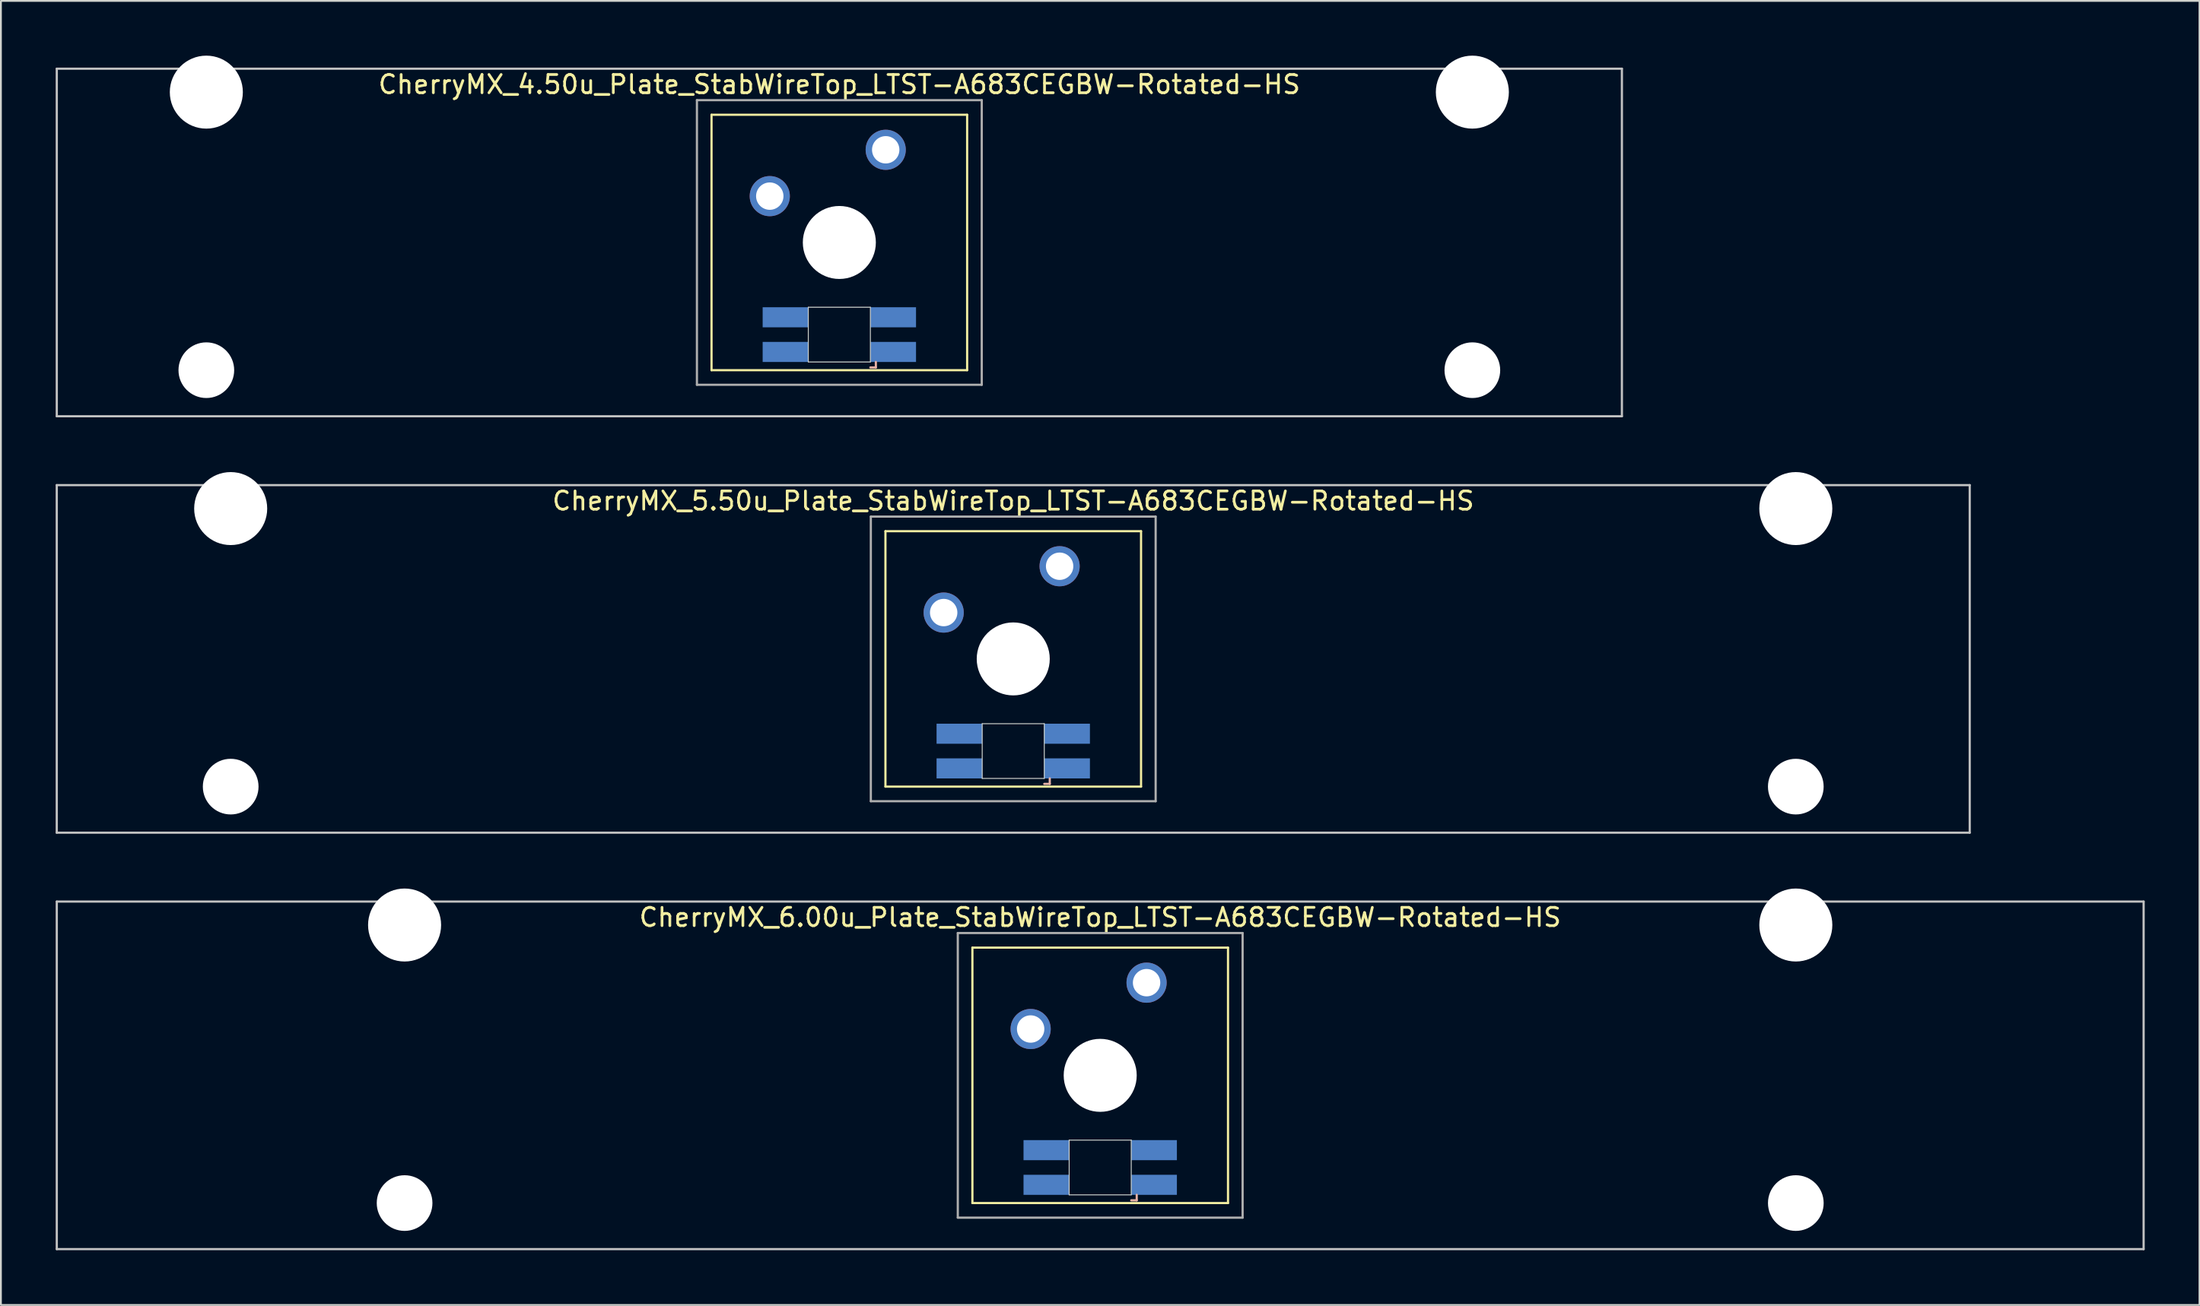
<source format=kicad_pcb>
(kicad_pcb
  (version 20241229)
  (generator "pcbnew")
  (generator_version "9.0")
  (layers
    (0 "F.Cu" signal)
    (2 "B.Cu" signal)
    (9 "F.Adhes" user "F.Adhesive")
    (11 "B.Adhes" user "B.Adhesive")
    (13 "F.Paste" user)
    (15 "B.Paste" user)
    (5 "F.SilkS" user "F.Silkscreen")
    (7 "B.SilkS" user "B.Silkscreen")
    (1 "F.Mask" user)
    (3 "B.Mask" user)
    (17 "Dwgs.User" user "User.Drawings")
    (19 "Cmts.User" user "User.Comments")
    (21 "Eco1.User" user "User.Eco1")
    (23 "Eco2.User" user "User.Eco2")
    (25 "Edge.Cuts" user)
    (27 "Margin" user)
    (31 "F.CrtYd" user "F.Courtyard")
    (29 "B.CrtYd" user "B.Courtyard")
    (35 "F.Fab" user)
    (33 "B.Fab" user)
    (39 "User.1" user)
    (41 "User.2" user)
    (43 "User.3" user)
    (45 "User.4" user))
  (footprint "CherryMX_5.50u_Plate_StabWireTop_LTST-A683CEGBW-Rotated-HS"
    (layer "F.Cu")
    (at 52.447 33.065)
    (property "Reference" "CherryMX_5.50u_Plate_StabWireTop_LTST-A683CEGBW-Rotated-HS" (at 0 -8.662 0) (layer "F.SilkS") (effects (font (size 1 1) (thickness 0.15))))
    (attr through_hole)
    (fp_line (start -7 -7) (end -7 7) (stroke (width 0.12) (type solid)) (layer "F.SilkS"))
    (fp_line (start -7 -7) (end 7 -7) (stroke (width 0.12) (type solid)) (layer "F.SilkS"))
    (fp_line (start 7 -7) (end 7 7) (stroke (width 0.12) (type solid)) (layer "F.SilkS"))
    (fp_line (start 7 7) (end -7 7) (stroke (width 0.12) (type solid)) (layer "F.SilkS"))
    (fp_line (start 1.7 6.85) (end 2 6.85) (stroke (width 0.12) (type solid)) (layer "B.SilkS"))
    (fp_line (start 2 6.85) (end 2 6.55) (stroke (width 0.12) (type solid)) (layer "B.SilkS"))
    (fp_line (start -52.388 -9.525) (end 52.388 -9.525) (stroke (width 0.12) (type solid)) (layer "Dwgs.User"))
    (fp_line (start -52.388 9.525) (end -52.388 -9.525) (stroke (width 0.12) (type solid)) (layer "Dwgs.User"))
    (fp_line (start 52.388 -9.525) (end 52.388 9.525) (stroke (width 0.12) (type solid)) (layer "Dwgs.User"))
    (fp_line (start 52.388 9.525) (end -52.388 9.525) (stroke (width 0.12) (type solid)) (layer "Dwgs.User"))
    (fp_line (start -1.7 3.55) (end 1.7 3.55) (stroke (width 0.05) (type solid)) (layer "Edge.Cuts"))
    (fp_line (start -1.7 6.55) (end -1.7 3.55) (stroke (width 0.05) (type solid)) (layer "Edge.Cuts"))
    (fp_line (start 1.7 3.55) (end 1.7 6.55) (stroke (width 0.05) (type solid)) (layer "Edge.Cuts"))
    (fp_line (start 1.7 6.55) (end -1.7 6.55) (stroke (width 0.05) (type solid)) (layer "Edge.Cuts"))
    (fp_line (start -7.8 -7.8) (end -7.8 7.8) (stroke (width 0.12) (type solid)) (layer "F.Fab"))
    (fp_line (start -7.8 -7.8) (end 7.8 -7.8) (stroke (width 0.12) (type solid)) (layer "F.Fab"))
    (fp_line (start -7.8 7.8) (end 7.8 7.8) (stroke (width 0.12) (type solid)) (layer "F.Fab"))
    (fp_line (start 7.8 -7.8) (end 7.8 7.8) (stroke (width 0.12) (type solid)) (layer "F.Fab"))
    (pad "" np_thru_hole circle (at -42.862 -8.24) (size 4 4) (drill 4) (layers "*.Cu" "*.Mask"))
    (pad "" np_thru_hole circle (at -42.862 7) (size 3.05 3.05) (drill 3.05) (layers "*.Cu" "*.Mask"))
    (pad "" np_thru_hole circle (at 0 0) (size 4 4) (drill 4) (layers "*.Cu" "*.Mask"))
    (pad "" np_thru_hole circle (at 42.862 -8.24) (size 4 4) (drill 4) (layers "*.Cu" "*.Mask"))
    (pad "" np_thru_hole circle (at 42.862 7) (size 3.05 3.05) (drill 3.05) (layers "*.Cu" "*.Mask"))
    (pad "1" thru_hole circle (at -3.81 -2.54) (size 2.2 2.2) (drill 1.5) (layers "*.Cu" "*.Mask"))
    (pad "2" thru_hole circle (at 2.54 -5.08) (size 2.2 2.2) (drill 1.5) (layers "*.Cu" "*.Mask"))
    (pad "3" smd rect (at 2.95 6) (size 2.5 1.1) (layers "B.Cu" "B.Mask" "B.Paste"))
    (pad "4" smd rect (at 2.95 4.1) (size 2.5 1.1) (layers "B.Cu" "B.Mask" "B.Paste"))
    (pad "5" smd rect (at -2.95 6) (size 2.5 1.1) (layers "B.Cu" "B.Mask" "B.Paste"))
    (pad "6" smd rect (at -2.95 4.1) (size 2.5 1.1) (layers "B.Cu" "B.Mask" "B.Paste")))
  (footprint "CherryMX_6.00u_Plate_StabWireTop_LTST-A683CEGBW-Rotated-HS"
    (layer "F.Cu")
    (at 57.21 55.89)
    (property "Reference" "CherryMX_6.00u_Plate_StabWireTop_LTST-A683CEGBW-Rotated-HS" (at 0 -8.662 0) (layer "F.SilkS") (effects (font (size 1 1) (thickness 0.15))))
    (attr through_hole)
    (fp_line (start -7 -7) (end -7 7) (stroke (width 0.12) (type solid)) (layer "F.SilkS"))
    (fp_line (start -7 -7) (end 7 -7) (stroke (width 0.12) (type solid)) (layer "F.SilkS"))
    (fp_line (start 7 -7) (end 7 7) (stroke (width 0.12) (type solid)) (layer "F.SilkS"))
    (fp_line (start 7 7) (end -7 7) (stroke (width 0.12) (type solid)) (layer "F.SilkS"))
    (fp_line (start 1.7 6.85) (end 2 6.85) (stroke (width 0.12) (type solid)) (layer "B.SilkS"))
    (fp_line (start 2 6.85) (end 2 6.55) (stroke (width 0.12) (type solid)) (layer "B.SilkS"))
    (fp_line (start -57.15 -9.525) (end 57.15 -9.525) (stroke (width 0.12) (type solid)) (layer "Dwgs.User"))
    (fp_line (start -57.15 9.525) (end -57.15 -9.525) (stroke (width 0.12) (type solid)) (layer "Dwgs.User"))
    (fp_line (start 57.15 -9.525) (end 57.15 9.525) (stroke (width 0.12) (type solid)) (layer "Dwgs.User"))
    (fp_line (start 57.15 9.525) (end -57.15 9.525) (stroke (width 0.12) (type solid)) (layer "Dwgs.User"))
    (fp_line (start -1.7 3.55) (end 1.7 3.55) (stroke (width 0.05) (type solid)) (layer "Edge.Cuts"))
    (fp_line (start -1.7 6.55) (end -1.7 3.55) (stroke (width 0.05) (type solid)) (layer "Edge.Cuts"))
    (fp_line (start 1.7 3.55) (end 1.7 6.55) (stroke (width 0.05) (type solid)) (layer "Edge.Cuts"))
    (fp_line (start 1.7 6.55) (end -1.7 6.55) (stroke (width 0.05) (type solid)) (layer "Edge.Cuts"))
    (fp_line (start -7.8 -7.8) (end -7.8 7.8) (stroke (width 0.12) (type solid)) (layer "F.Fab"))
    (fp_line (start -7.8 -7.8) (end 7.8 -7.8) (stroke (width 0.12) (type solid)) (layer "F.Fab"))
    (fp_line (start -7.8 7.8) (end 7.8 7.8) (stroke (width 0.12) (type solid)) (layer "F.Fab"))
    (fp_line (start 7.8 -7.8) (end 7.8 7.8) (stroke (width 0.12) (type solid)) (layer "F.Fab"))
    (pad "" np_thru_hole circle (at -38.1 -8.24) (size 4 4) (drill 4) (layers "*.Cu" "*.Mask"))
    (pad "" np_thru_hole circle (at -38.1 7) (size 3.05 3.05) (drill 3.05) (layers "*.Cu" "*.Mask"))
    (pad "" np_thru_hole circle (at 0 0) (size 4 4) (drill 4) (layers "*.Cu" "*.Mask"))
    (pad "" np_thru_hole circle (at 38.1 -8.24) (size 4 4) (drill 4) (layers "*.Cu" "*.Mask"))
    (pad "" np_thru_hole circle (at 38.1 7) (size 3.05 3.05) (drill 3.05) (layers "*.Cu" "*.Mask"))
    (pad "1" thru_hole circle (at -3.81 -2.54) (size 2.2 2.2) (drill 1.5) (layers "*.Cu" "*.Mask"))
    (pad "2" thru_hole circle (at 2.54 -5.08) (size 2.2 2.2) (drill 1.5) (layers "*.Cu" "*.Mask"))
    (pad "3" smd rect (at 2.95 6) (size 2.5 1.1) (layers "B.Cu" "B.Mask" "B.Paste"))
    (pad "4" smd rect (at 2.95 4.1) (size 2.5 1.1) (layers "B.Cu" "B.Mask" "B.Paste"))
    (pad "5" smd rect (at -2.95 6) (size 2.5 1.1) (layers "B.Cu" "B.Mask" "B.Paste"))
    (pad "6" smd rect (at -2.95 4.1) (size 2.5 1.1) (layers "B.Cu" "B.Mask" "B.Paste")))
  (footprint "CherryMX_4.50u_Plate_StabWireTop_LTST-A683CEGBW-Rotated-HS"
    (layer "F.Cu")
    (at 42.922 10.24)
    (property "Reference" "CherryMX_4.50u_Plate_StabWireTop_LTST-A683CEGBW-Rotated-HS" (at 0 -8.662 0) (layer "F.SilkS") (effects (font (size 1 1) (thickness 0.15))))
    (attr through_hole)
    (fp_line (start -7 -7) (end -7 7) (stroke (width 0.12) (type solid)) (layer "F.SilkS"))
    (fp_line (start -7 -7) (end 7 -7) (stroke (width 0.12) (type solid)) (layer "F.SilkS"))
    (fp_line (start 7 -7) (end 7 7) (stroke (width 0.12) (type solid)) (layer "F.SilkS"))
    (fp_line (start 7 7) (end -7 7) (stroke (width 0.12) (type solid)) (layer "F.SilkS"))
    (fp_line (start 1.7 6.85) (end 2 6.85) (stroke (width 0.12) (type solid)) (layer "B.SilkS"))
    (fp_line (start 2 6.85) (end 2 6.55) (stroke (width 0.12) (type solid)) (layer "B.SilkS"))
    (fp_line (start -42.862 -9.525) (end 42.862 -9.525) (stroke (width 0.12) (type solid)) (layer "Dwgs.User"))
    (fp_line (start -42.862 9.525) (end -42.862 -9.525) (stroke (width 0.12) (type solid)) (layer "Dwgs.User"))
    (fp_line (start 42.862 -9.525) (end 42.862 9.525) (stroke (width 0.12) (type solid)) (layer "Dwgs.User"))
    (fp_line (start 42.862 9.525) (end -42.862 9.525) (stroke (width 0.12) (type solid)) (layer "Dwgs.User"))
    (fp_line (start -1.7 3.55) (end 1.7 3.55) (stroke (width 0.05) (type solid)) (layer "Edge.Cuts"))
    (fp_line (start -1.7 6.55) (end -1.7 3.55) (stroke (width 0.05) (type solid)) (layer "Edge.Cuts"))
    (fp_line (start 1.7 3.55) (end 1.7 6.55) (stroke (width 0.05) (type solid)) (layer "Edge.Cuts"))
    (fp_line (start 1.7 6.55) (end -1.7 6.55) (stroke (width 0.05) (type solid)) (layer "Edge.Cuts"))
    (fp_line (start -7.8 -7.8) (end -7.8 7.8) (stroke (width 0.12) (type solid)) (layer "F.Fab"))
    (fp_line (start -7.8 -7.8) (end 7.8 -7.8) (stroke (width 0.12) (type solid)) (layer "F.Fab"))
    (fp_line (start -7.8 7.8) (end 7.8 7.8) (stroke (width 0.12) (type solid)) (layer "F.Fab"))
    (fp_line (start 7.8 -7.8) (end 7.8 7.8) (stroke (width 0.12) (type solid)) (layer "F.Fab"))
    (pad "" np_thru_hole circle (at -34.671 -8.24) (size 4 4) (drill 4) (layers "*.Cu" "*.Mask"))
    (pad "" np_thru_hole circle (at -34.671 7) (size 3.05 3.05) (drill 3.05) (layers "*.Cu" "*.Mask"))
    (pad "" np_thru_hole circle (at 0 0) (size 4 4) (drill 4) (layers "*.Cu" "*.Mask"))
    (pad "" np_thru_hole circle (at 34.671 -8.24) (size 4 4) (drill 4) (layers "*.Cu" "*.Mask"))
    (pad "" np_thru_hole circle (at 34.671 7) (size 3.05 3.05) (drill 3.05) (layers "*.Cu" "*.Mask"))
    (pad "1" thru_hole circle (at -3.81 -2.54) (size 2.2 2.2) (drill 1.5) (layers "*.Cu" "*.Mask"))
    (pad "2" thru_hole circle (at 2.54 -5.08) (size 2.2 2.2) (drill 1.5) (layers "*.Cu" "*.Mask"))
    (pad "3" smd rect (at 2.95 6) (size 2.5 1.1) (layers "B.Cu" "B.Mask" "B.Paste"))
    (pad "4" smd rect (at 2.95 4.1) (size 2.5 1.1) (layers "B.Cu" "B.Mask" "B.Paste"))
    (pad "5" smd rect (at -2.95 6) (size 2.5 1.1) (layers "B.Cu" "B.Mask" "B.Paste"))
    (pad "6" smd rect (at -2.95 4.1) (size 2.5 1.1) (layers "B.Cu" "B.Mask" "B.Paste")))
  (gr_rect
    (start -3 -3)
    (end 117.42 68.475)
    (stroke (width 0.1) (type default))
    (fill no)
    (layer "Edge.Cuts")))
</source>
